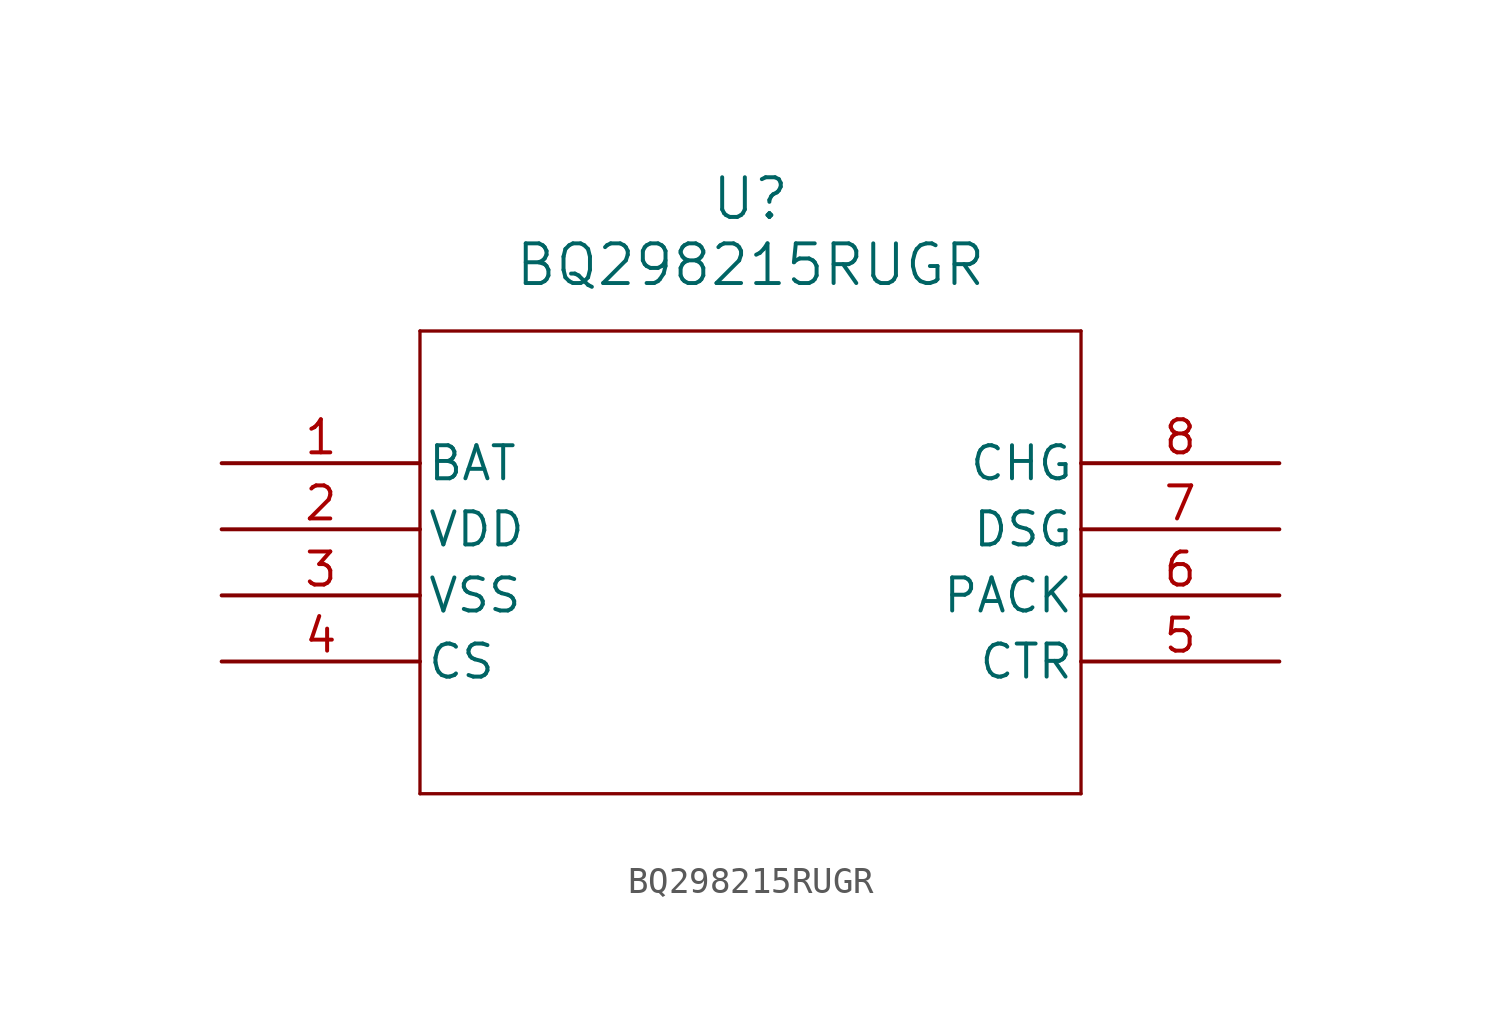
<source format=kicad_sym>
(kicad_symbol_lib
  (version 20211014)
  (generator kicad_symbol_editor)
  (symbol "BQ298215RUGR"
    (pin_names
      (offset 0.254))
    (property "Reference" "U"
      (at 20.32 10.16 0)
      (effects (font (size 1.524 1.524))))
    (property "Value" "BQ298215RUGR"
      (at 20.32 7.62 0)
      (effects (font (size 1.524 1.524))))
    (symbol "BQ298215RUGR_0_1"
      (polyline (pts (xy 7.62 5.08) (xy 7.62 -12.7)) (stroke (width 0.127) (type default) (color 0 0 0 0)) (fill (type none)))
      (polyline (pts (xy 7.62 -12.7) (xy 33.02 -12.7)) (stroke (width 0.127) (type default) (color 0 0 0 0)) (fill (type none)))
      (polyline (pts (xy 33.02 -12.7) (xy 33.02 5.08)) (stroke (width 0.127) (type default) (color 0 0 0 0)) (fill (type none)))
      (polyline (pts (xy 33.02 5.08) (xy 7.62 5.08)) (stroke (width 0.127) (type default) (color 0 0 0 0)) (fill (type none)))
      (pin unspecified line (at 0 0 0) (length 7.62) (name "BAT" (effects (font (size 1.27 1.27)))) (number "1" (effects (font (size 1.27 1.27)))))
      (pin power_in line (at 0 -2.54 0) (length 7.62) (name "VDD" (effects (font (size 1.27 1.27)))) (number "2" (effects (font (size 1.27 1.27)))))
      (pin power_out line (at 0 -5.08 0) (length 7.62) (name "VSS" (effects (font (size 1.27 1.27)))) (number "3" (effects (font (size 1.27 1.27)))))
      (pin unspecified line (at 0 -7.62 0) (length 7.62) (name "CS" (effects (font (size 1.27 1.27)))) (number "4" (effects (font (size 1.27 1.27)))))
      (pin unspecified line (at 40.64 -7.62 180) (length 7.62) (name "CTR" (effects (font (size 1.27 1.27)))) (number "5" (effects (font (size 1.27 1.27)))))
      (pin unspecified line (at 40.64 -5.08 180) (length 7.62) (name "PACK" (effects (font (size 1.27 1.27)))) (number "6" (effects (font (size 1.27 1.27)))))
      (pin unspecified line (at 40.64 -2.54 180) (length 7.62) (name "DSG" (effects (font (size 1.27 1.27)))) (number "7" (effects (font (size 1.27 1.27)))))
      (pin unspecified line (at 40.64 0 180) (length 7.62) (name "CHG" (effects (font (size 1.27 1.27)))) (number "8" (effects (font (size 1.27 1.27))))))))
</source>
